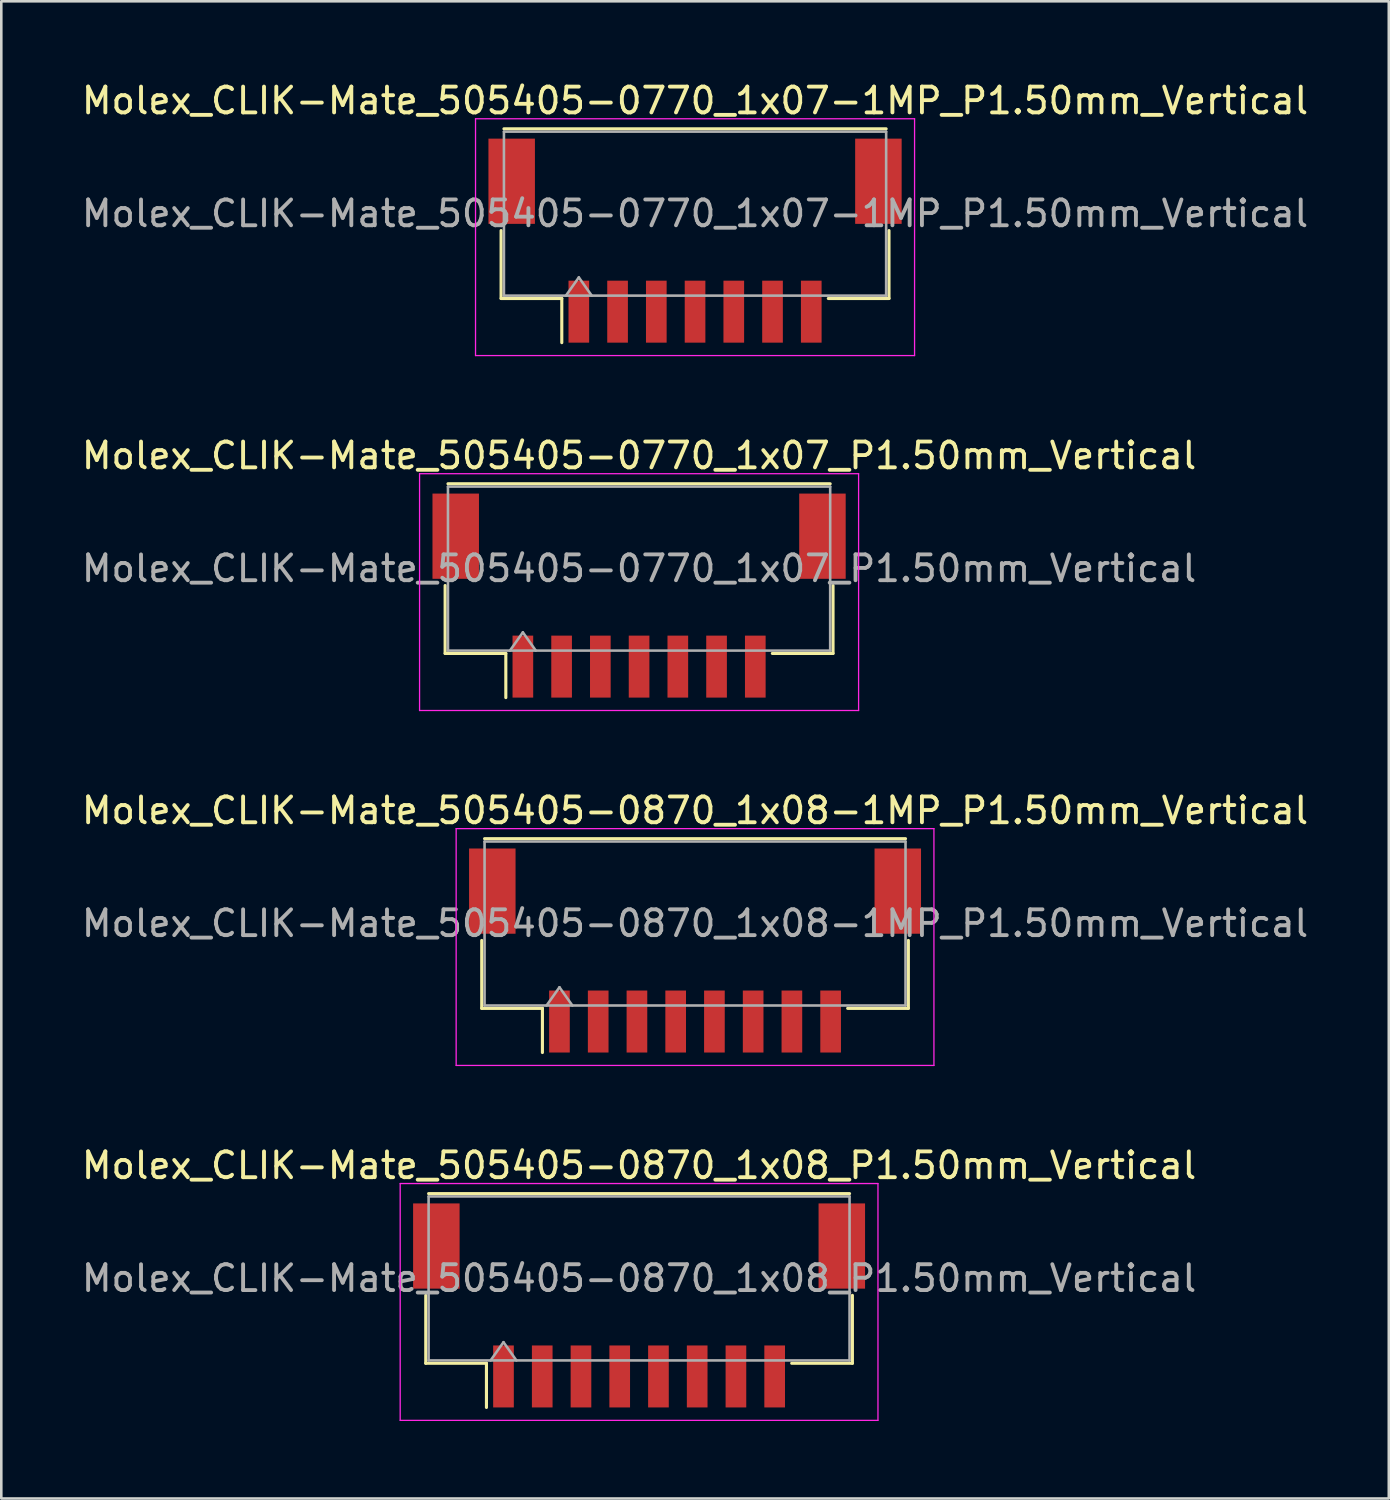
<source format=kicad_pcb>
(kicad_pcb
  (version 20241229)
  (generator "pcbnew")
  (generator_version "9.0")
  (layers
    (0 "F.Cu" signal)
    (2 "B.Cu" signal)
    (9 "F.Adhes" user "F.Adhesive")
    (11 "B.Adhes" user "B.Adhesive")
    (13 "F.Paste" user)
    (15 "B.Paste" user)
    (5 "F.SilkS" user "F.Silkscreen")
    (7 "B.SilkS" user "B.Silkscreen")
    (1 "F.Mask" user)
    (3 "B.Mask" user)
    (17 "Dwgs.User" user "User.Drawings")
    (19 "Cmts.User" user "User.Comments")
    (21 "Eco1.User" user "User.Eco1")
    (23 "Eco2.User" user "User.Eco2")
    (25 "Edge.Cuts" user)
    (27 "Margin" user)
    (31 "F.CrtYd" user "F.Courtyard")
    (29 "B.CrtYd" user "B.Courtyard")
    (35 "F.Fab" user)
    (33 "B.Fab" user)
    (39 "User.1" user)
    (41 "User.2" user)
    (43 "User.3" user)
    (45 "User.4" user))
  (footprint "Molex_CLIK-Mate_505405-0870_1x08_P1.50mm_Vertical"
    (layer "F.Cu")
    (at 21.696 47.498)
    (property "Reference" "Molex_CLIK-Mate_505405-0870_1x08_P1.50mm_Vertical" (at 0 -5.42 0) (layer "F.SilkS") (effects (font (size 1 1) (thickness 0.15))))
    (attr smd)
    (fp_line (start -8.26 -0.39) (end -8.26 2.24) (stroke (width 0.12) (type solid)) (layer "F.SilkS"))
    (fp_line (start -8.26 2.24) (end -5.91 2.24) (stroke (width 0.12) (type solid)) (layer "F.SilkS"))
    (fp_line (start -8.15 -4.33) (end 8.15 -4.33) (stroke (width 0.12) (type solid)) (layer "F.SilkS"))
    (fp_line (start -5.91 2.24) (end -5.91 3.95) (stroke (width 0.12) (type solid)) (layer "F.SilkS"))
    (fp_line (start 8.26 -0.39) (end 8.26 2.24) (stroke (width 0.12) (type solid)) (layer "F.SilkS"))
    (fp_line (start 8.26 2.24) (end 5.91 2.24) (stroke (width 0.12) (type solid)) (layer "F.SilkS"))
    (fp_line (start -9.25 -4.72) (end -9.25 4.45) (stroke (width 0.05) (type solid)) (layer "F.CrtYd"))
    (fp_line (start -9.25 4.45) (end 9.25 4.45) (stroke (width 0.05) (type solid)) (layer "F.CrtYd"))
    (fp_line (start 9.25 -4.72) (end -9.25 -4.72) (stroke (width 0.05) (type solid)) (layer "F.CrtYd"))
    (fp_line (start 9.25 4.45) (end 9.25 -4.72) (stroke (width 0.05) (type solid)) (layer "F.CrtYd"))
    (fp_line (start -8.15 -4.22) (end 8.15 -4.22) (stroke (width 0.1) (type solid)) (layer "F.Fab"))
    (fp_line (start -8.15 2.13) (end -8.15 -4.22) (stroke (width 0.1) (type solid)) (layer "F.Fab"))
    (fp_line (start -8.15 2.13) (end 8.15 2.13) (stroke (width 0.1) (type solid)) (layer "F.Fab"))
    (fp_line (start -5.75 2.13) (end -5.25 1.423) (stroke (width 0.1) (type solid)) (layer "F.Fab"))
    (fp_line (start -5.25 1.423) (end -4.75 2.13) (stroke (width 0.1) (type solid)) (layer "F.Fab"))
    (fp_line (start 8.15 2.13) (end 8.15 -4.22) (stroke (width 0.1) (type solid)) (layer "F.Fab"))
    (fp_text user "${REFERENCE}" (at 0 -1.05 0) (layer "F.Fab") (effects (font (size 1 1) (thickness 0.15))))
    (pad "" smd rect (at -7.85 -2.3) (size 1.8 3.3) (layers "F.Cu" "F.Mask" "F.Paste"))
    (pad "" smd rect (at 7.85 -2.3) (size 1.8 3.3) (layers "F.Cu" "F.Mask" "F.Paste"))
    (pad "1" smd rect (at -5.25 2.75) (size 0.8 2.4) (layers "F.Cu" "F.Mask" "F.Paste"))
    (pad "2" smd rect (at -3.75 2.75) (size 0.8 2.4) (layers "F.Cu" "F.Mask" "F.Paste"))
    (pad "3" smd rect (at -2.25 2.75) (size 0.8 2.4) (layers "F.Cu" "F.Mask" "F.Paste"))
    (pad "4" smd rect (at -0.75 2.75) (size 0.8 2.4) (layers "F.Cu" "F.Mask" "F.Paste"))
    (pad "5" smd rect (at 0.75 2.75) (size 0.8 2.4) (layers "F.Cu" "F.Mask" "F.Paste"))
    (pad "6" smd rect (at 2.25 2.75) (size 0.8 2.4) (layers "F.Cu" "F.Mask" "F.Paste"))
    (pad "7" smd rect (at 3.75 2.75) (size 0.8 2.4) (layers "F.Cu" "F.Mask" "F.Paste"))
    (pad "8" smd rect (at 5.25 2.75) (size 0.8 2.4) (layers "F.Cu" "F.Mask" "F.Paste")))
  (footprint "Molex_CLIK-Mate_505405-0770_1x07-1MP_P1.50mm_Vertical"
    (layer "F.Cu")
    (at 23.863 6.268)
    (property "Reference" "Molex_CLIK-Mate_505405-0770_1x07-1MP_P1.50mm_Vertical" (at 0 -5.42 0) (layer "F.SilkS") (effects (font (size 1 1) (thickness 0.15))))
    (attr smd)
    (fp_line (start -7.51 -0.39) (end -7.51 2.24) (stroke (width 0.12) (type solid)) (layer "F.SilkS"))
    (fp_line (start -7.51 2.24) (end -5.16 2.24) (stroke (width 0.12) (type solid)) (layer "F.SilkS"))
    (fp_line (start -7.4 -4.33) (end 7.4 -4.33) (stroke (width 0.12) (type solid)) (layer "F.SilkS"))
    (fp_line (start -5.16 2.24) (end -5.16 3.95) (stroke (width 0.12) (type solid)) (layer "F.SilkS"))
    (fp_line (start 7.51 -0.39) (end 7.51 2.24) (stroke (width 0.12) (type solid)) (layer "F.SilkS"))
    (fp_line (start 7.51 2.24) (end 5.16 2.24) (stroke (width 0.12) (type solid)) (layer "F.SilkS"))
    (fp_line (start -8.5 -4.72) (end -8.5 4.45) (stroke (width 0.05) (type solid)) (layer "F.CrtYd"))
    (fp_line (start -8.5 4.45) (end 8.5 4.45) (stroke (width 0.05) (type solid)) (layer "F.CrtYd"))
    (fp_line (start 8.5 -4.72) (end -8.5 -4.72) (stroke (width 0.05) (type solid)) (layer "F.CrtYd"))
    (fp_line (start 8.5 4.45) (end 8.5 -4.72) (stroke (width 0.05) (type solid)) (layer "F.CrtYd"))
    (fp_line (start -7.4 -4.22) (end 7.4 -4.22) (stroke (width 0.1) (type solid)) (layer "F.Fab"))
    (fp_line (start -7.4 2.13) (end -7.4 -4.22) (stroke (width 0.1) (type solid)) (layer "F.Fab"))
    (fp_line (start -7.4 2.13) (end 7.4 2.13) (stroke (width 0.1) (type solid)) (layer "F.Fab"))
    (fp_line (start -5 2.13) (end -4.5 1.423) (stroke (width 0.1) (type solid)) (layer "F.Fab"))
    (fp_line (start -4.5 1.423) (end -4 2.13) (stroke (width 0.1) (type solid)) (layer "F.Fab"))
    (fp_line (start 7.4 2.13) (end 7.4 -4.22) (stroke (width 0.1) (type solid)) (layer "F.Fab"))
    (fp_text user "${REFERENCE}" (at 0 -1.05 0) (layer "F.Fab") (effects (font (size 1 1) (thickness 0.15))))
    (pad "1" smd rect (at -4.5 2.75) (size 0.8 2.4) (layers "F.Cu" "F.Mask" "F.Paste"))
    (pad "2" smd rect (at -3 2.75) (size 0.8 2.4) (layers "F.Cu" "F.Mask" "F.Paste"))
    (pad "3" smd rect (at -1.5 2.75) (size 0.8 2.4) (layers "F.Cu" "F.Mask" "F.Paste"))
    (pad "4" smd rect (at 0 2.75) (size 0.8 2.4) (layers "F.Cu" "F.Mask" "F.Paste"))
    (pad "5" smd rect (at 1.5 2.75) (size 0.8 2.4) (layers "F.Cu" "F.Mask" "F.Paste"))
    (pad "6" smd rect (at 3 2.75) (size 0.8 2.4) (layers "F.Cu" "F.Mask" "F.Paste"))
    (pad "7" smd rect (at 4.5 2.75) (size 0.8 2.4) (layers "F.Cu" "F.Mask" "F.Paste"))
    (pad "MP" smd rect (at -7.1 -2.3) (size 1.8 3.3) (layers "F.Cu" "F.Mask" "F.Paste"))
    (pad "MP" smd rect (at 7.1 -2.3) (size 1.8 3.3) (layers "F.Cu" "F.Mask" "F.Paste")))
  (footprint "Molex_CLIK-Mate_505405-0770_1x07_P1.50mm_Vertical"
    (layer "F.Cu")
    (at 21.696 20.012)
    (property "Reference" "Molex_CLIK-Mate_505405-0770_1x07_P1.50mm_Vertical" (at 0 -5.42 0) (layer "F.SilkS") (effects (font (size 1 1) (thickness 0.15))))
    (attr smd)
    (fp_line (start -7.51 -0.39) (end -7.51 2.24) (stroke (width 0.12) (type solid)) (layer "F.SilkS"))
    (fp_line (start -7.51 2.24) (end -5.16 2.24) (stroke (width 0.12) (type solid)) (layer "F.SilkS"))
    (fp_line (start -7.4 -4.33) (end 7.4 -4.33) (stroke (width 0.12) (type solid)) (layer "F.SilkS"))
    (fp_line (start -5.16 2.24) (end -5.16 3.95) (stroke (width 0.12) (type solid)) (layer "F.SilkS"))
    (fp_line (start 7.51 -0.39) (end 7.51 2.24) (stroke (width 0.12) (type solid)) (layer "F.SilkS"))
    (fp_line (start 7.51 2.24) (end 5.16 2.24) (stroke (width 0.12) (type solid)) (layer "F.SilkS"))
    (fp_line (start -8.5 -4.72) (end -8.5 4.45) (stroke (width 0.05) (type solid)) (layer "F.CrtYd"))
    (fp_line (start -8.5 4.45) (end 8.5 4.45) (stroke (width 0.05) (type solid)) (layer "F.CrtYd"))
    (fp_line (start 8.5 -4.72) (end -8.5 -4.72) (stroke (width 0.05) (type solid)) (layer "F.CrtYd"))
    (fp_line (start 8.5 4.45) (end 8.5 -4.72) (stroke (width 0.05) (type solid)) (layer "F.CrtYd"))
    (fp_line (start -7.4 -4.22) (end 7.4 -4.22) (stroke (width 0.1) (type solid)) (layer "F.Fab"))
    (fp_line (start -7.4 2.13) (end -7.4 -4.22) (stroke (width 0.1) (type solid)) (layer "F.Fab"))
    (fp_line (start -7.4 2.13) (end 7.4 2.13) (stroke (width 0.1) (type solid)) (layer "F.Fab"))
    (fp_line (start -5 2.13) (end -4.5 1.423) (stroke (width 0.1) (type solid)) (layer "F.Fab"))
    (fp_line (start -4.5 1.423) (end -4 2.13) (stroke (width 0.1) (type solid)) (layer "F.Fab"))
    (fp_line (start 7.4 2.13) (end 7.4 -4.22) (stroke (width 0.1) (type solid)) (layer "F.Fab"))
    (fp_text user "${REFERENCE}" (at 0 -1.05 0) (layer "F.Fab") (effects (font (size 1 1) (thickness 0.15))))
    (pad "" smd rect (at -7.1 -2.3) (size 1.8 3.3) (layers "F.Cu" "F.Mask" "F.Paste"))
    (pad "" smd rect (at 7.1 -2.3) (size 1.8 3.3) (layers "F.Cu" "F.Mask" "F.Paste"))
    (pad "1" smd rect (at -4.5 2.75) (size 0.8 2.4) (layers "F.Cu" "F.Mask" "F.Paste"))
    (pad "2" smd rect (at -3 2.75) (size 0.8 2.4) (layers "F.Cu" "F.Mask" "F.Paste"))
    (pad "3" smd rect (at -1.5 2.75) (size 0.8 2.4) (layers "F.Cu" "F.Mask" "F.Paste"))
    (pad "4" smd rect (at 0 2.75) (size 0.8 2.4) (layers "F.Cu" "F.Mask" "F.Paste"))
    (pad "5" smd rect (at 1.5 2.75) (size 0.8 2.4) (layers "F.Cu" "F.Mask" "F.Paste"))
    (pad "6" smd rect (at 3 2.75) (size 0.8 2.4) (layers "F.Cu" "F.Mask" "F.Paste"))
    (pad "7" smd rect (at 4.5 2.75) (size 0.8 2.4) (layers "F.Cu" "F.Mask" "F.Paste")))
  (footprint "Molex_CLIK-Mate_505405-0870_1x08-1MP_P1.50mm_Vertical"
    (layer "F.Cu")
    (at 23.863 33.755)
    (property "Reference" "Molex_CLIK-Mate_505405-0870_1x08-1MP_P1.50mm_Vertical" (at 0 -5.42 0) (layer "F.SilkS") (effects (font (size 1 1) (thickness 0.15))))
    (attr smd)
    (fp_line (start -8.26 -0.39) (end -8.26 2.24) (stroke (width 0.12) (type solid)) (layer "F.SilkS"))
    (fp_line (start -8.26 2.24) (end -5.91 2.24) (stroke (width 0.12) (type solid)) (layer "F.SilkS"))
    (fp_line (start -8.15 -4.33) (end 8.15 -4.33) (stroke (width 0.12) (type solid)) (layer "F.SilkS"))
    (fp_line (start -5.91 2.24) (end -5.91 3.95) (stroke (width 0.12) (type solid)) (layer "F.SilkS"))
    (fp_line (start 8.26 -0.39) (end 8.26 2.24) (stroke (width 0.12) (type solid)) (layer "F.SilkS"))
    (fp_line (start 8.26 2.24) (end 5.91 2.24) (stroke (width 0.12) (type solid)) (layer "F.SilkS"))
    (fp_line (start -9.25 -4.72) (end -9.25 4.45) (stroke (width 0.05) (type solid)) (layer "F.CrtYd"))
    (fp_line (start -9.25 4.45) (end 9.25 4.45) (stroke (width 0.05) (type solid)) (layer "F.CrtYd"))
    (fp_line (start 9.25 -4.72) (end -9.25 -4.72) (stroke (width 0.05) (type solid)) (layer "F.CrtYd"))
    (fp_line (start 9.25 4.45) (end 9.25 -4.72) (stroke (width 0.05) (type solid)) (layer "F.CrtYd"))
    (fp_line (start -8.15 -4.22) (end 8.15 -4.22) (stroke (width 0.1) (type solid)) (layer "F.Fab"))
    (fp_line (start -8.15 2.13) (end -8.15 -4.22) (stroke (width 0.1) (type solid)) (layer "F.Fab"))
    (fp_line (start -8.15 2.13) (end 8.15 2.13) (stroke (width 0.1) (type solid)) (layer "F.Fab"))
    (fp_line (start -5.75 2.13) (end -5.25 1.423) (stroke (width 0.1) (type solid)) (layer "F.Fab"))
    (fp_line (start -5.25 1.423) (end -4.75 2.13) (stroke (width 0.1) (type solid)) (layer "F.Fab"))
    (fp_line (start 8.15 2.13) (end 8.15 -4.22) (stroke (width 0.1) (type solid)) (layer "F.Fab"))
    (fp_text user "${REFERENCE}" (at 0 -1.05 0) (layer "F.Fab") (effects (font (size 1 1) (thickness 0.15))))
    (pad "1" smd rect (at -5.25 2.75) (size 0.8 2.4) (layers "F.Cu" "F.Mask" "F.Paste"))
    (pad "2" smd rect (at -3.75 2.75) (size 0.8 2.4) (layers "F.Cu" "F.Mask" "F.Paste"))
    (pad "3" smd rect (at -2.25 2.75) (size 0.8 2.4) (layers "F.Cu" "F.Mask" "F.Paste"))
    (pad "4" smd rect (at -0.75 2.75) (size 0.8 2.4) (layers "F.Cu" "F.Mask" "F.Paste"))
    (pad "5" smd rect (at 0.75 2.75) (size 0.8 2.4) (layers "F.Cu" "F.Mask" "F.Paste"))
    (pad "6" smd rect (at 2.25 2.75) (size 0.8 2.4) (layers "F.Cu" "F.Mask" "F.Paste"))
    (pad "7" smd rect (at 3.75 2.75) (size 0.8 2.4) (layers "F.Cu" "F.Mask" "F.Paste"))
    (pad "8" smd rect (at 5.25 2.75) (size 0.8 2.4) (layers "F.Cu" "F.Mask" "F.Paste"))
    (pad "MP" smd rect (at -7.85 -2.3) (size 1.8 3.3) (layers "F.Cu" "F.Mask" "F.Paste"))
    (pad "MP" smd rect (at 7.85 -2.3) (size 1.8 3.3) (layers "F.Cu" "F.Mask" "F.Paste")))
  (gr_rect
    (start -3 -3)
    (end 50.726 54.973)
    (stroke (width 0.1) (type default))
    (fill no)
    (layer "Edge.Cuts")))
</source>
